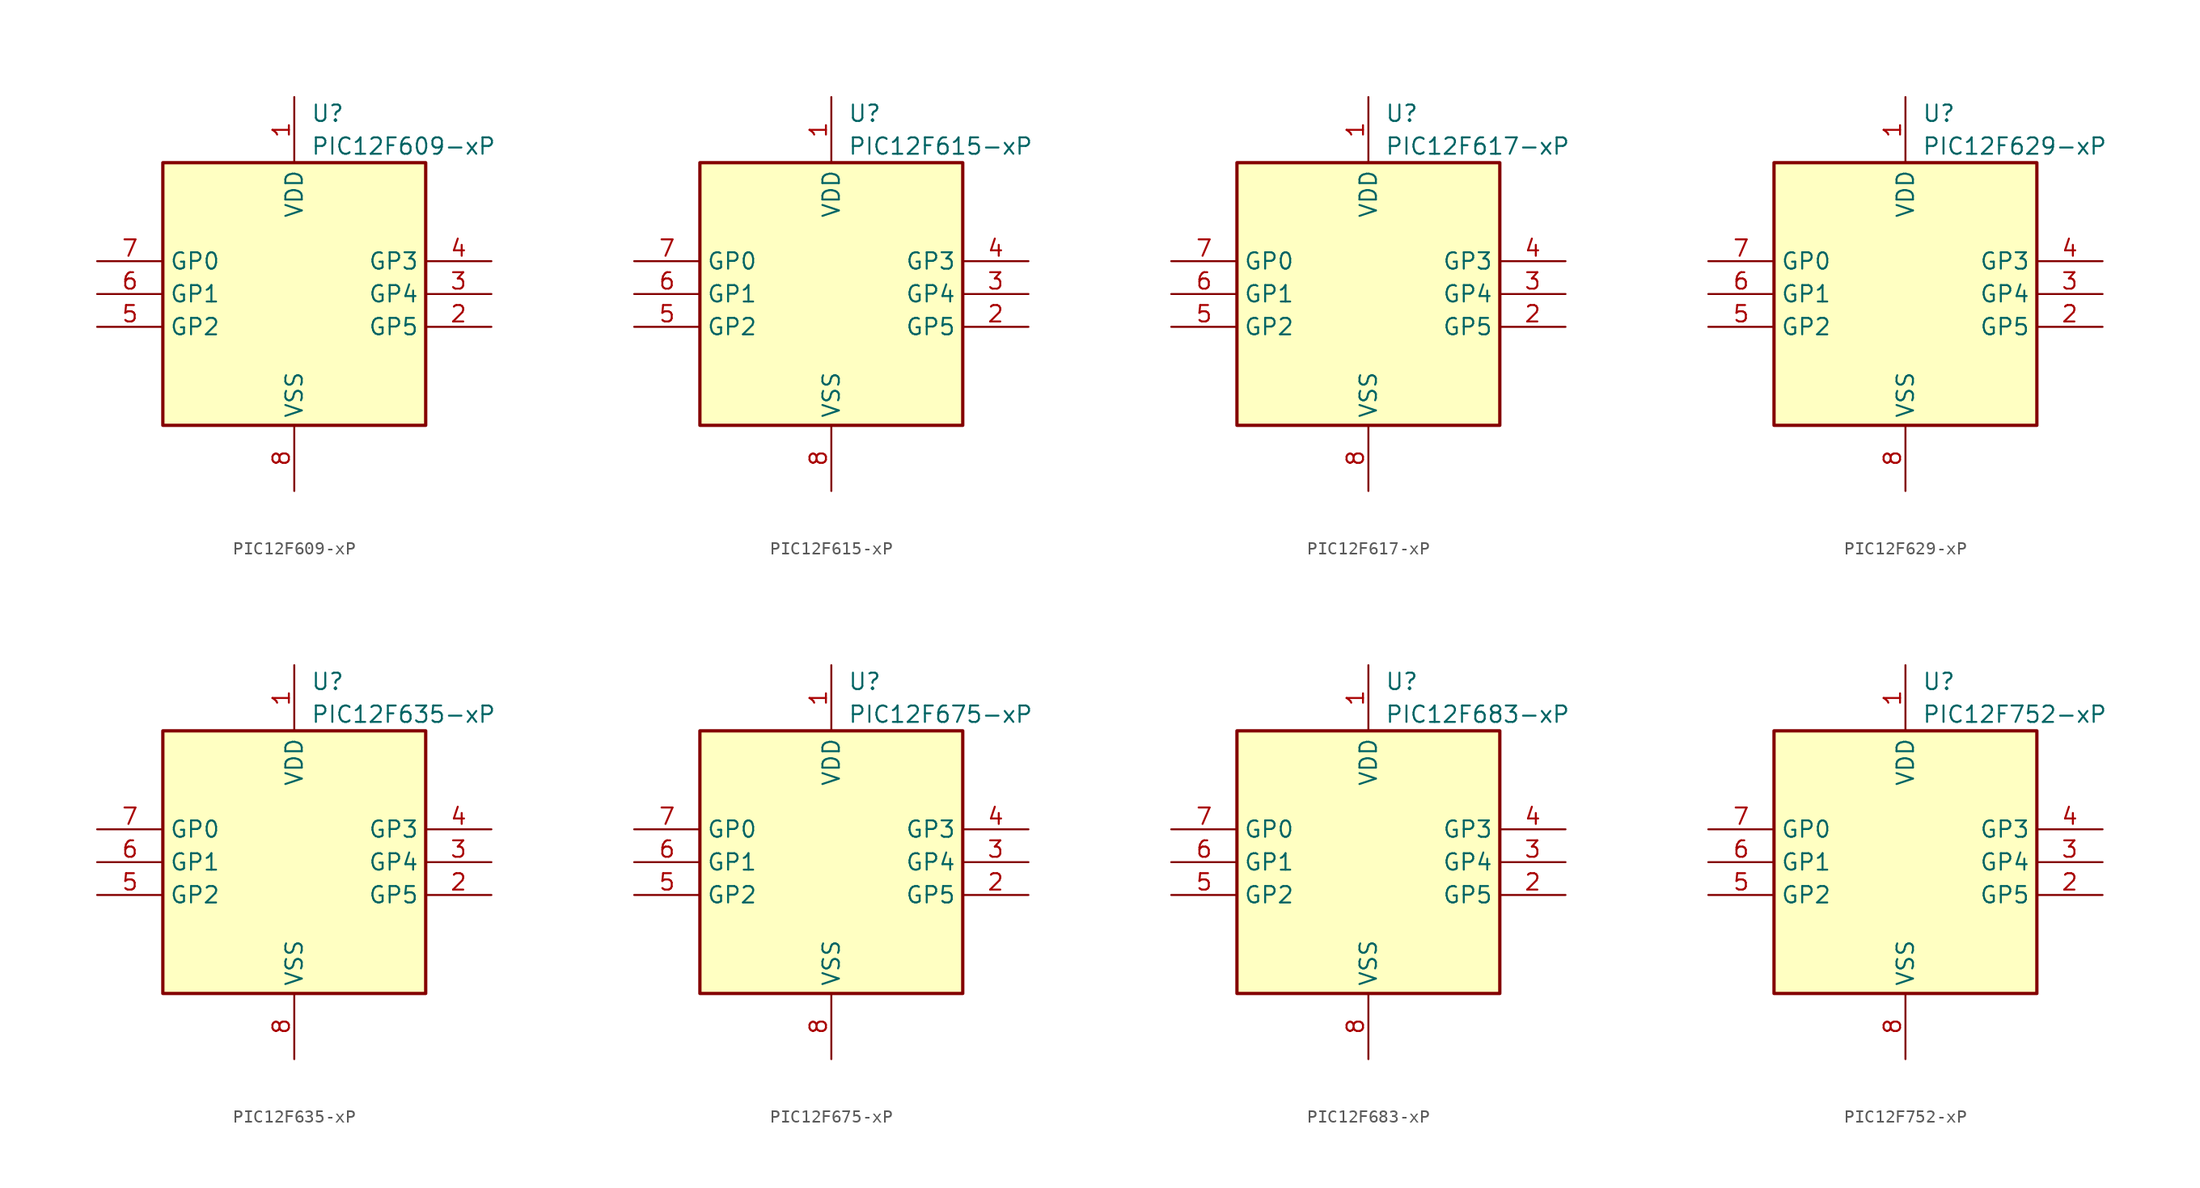
<source format=kicad_sym>
(kicad_symbol_lib
  (version 20241209)
  (generator "kicad_symbol_editor")
  (generator_version "9.0")
  (symbol "PIC12F609-xP"
    (property "Reference" "U"
      (at 1.27 13.97 0)
      (effects (font (size 1.27 1.27)) (justify left)))
    (property "Value" "PIC12F609-xP"
      (at 1.27 11.43 0)
      (effects (font (size 1.27 1.27)) (justify left)))
    (symbol "PIC12F609-xP_0_1"
      (rectangle (start 10.16 -10.16) (end -10.16 10.16) (stroke (width 0.254) (type default)) (fill (type background))))
    (symbol "PIC12F609-xP_1_1"
      (pin bidirectional line (at -15.24 2.54 0) (length 5.08) (name "GP0" (effects (font (size 1.27 1.27)))) (number "7" (effects (font (size 1.27 1.27)))))
      (pin bidirectional line (at -15.24 0 0) (length 5.08) (name "GP1" (effects (font (size 1.27 1.27)))) (number "6" (effects (font (size 1.27 1.27)))))
      (pin bidirectional line (at -15.24 -2.54 0) (length 5.08) (name "GP2" (effects (font (size 1.27 1.27)))) (number "5" (effects (font (size 1.27 1.27)))))
      (pin power_in line (at 0 15.24 270) (length 5.08) (name "VDD" (effects (font (size 1.27 1.27)))) (number "1" (effects (font (size 1.27 1.27)))))
      (pin power_in line (at 0 -15.24 90) (length 5.08) (name "VSS" (effects (font (size 1.27 1.27)))) (number "8" (effects (font (size 1.27 1.27)))))
      (pin input line (at 15.24 2.54 180) (length 5.08) (name "GP3" (effects (font (size 1.27 1.27)))) (number "4" (effects (font (size 1.27 1.27)))))
      (pin bidirectional line (at 15.24 0 180) (length 5.08) (name "GP4" (effects (font (size 1.27 1.27)))) (number "3" (effects (font (size 1.27 1.27)))))
      (pin bidirectional line (at 15.24 -2.54 180) (length 5.08) (name "GP5" (effects (font (size 1.27 1.27)))) (number "2" (effects (font (size 1.27 1.27)))))))
  (symbol "PIC12F615-xP"
    (property "Reference" "U"
      (at 1.27 13.97 0)
      (effects (font (size 1.27 1.27)) (justify left)))
    (property "Value" "PIC12F615-xP"
      (at 1.27 11.43 0)
      (effects (font (size 1.27 1.27)) (justify left)))
    (symbol "PIC12F615-xP_0_1"
      (rectangle (start 10.16 -10.16) (end -10.16 10.16) (stroke (width 0.254) (type default)) (fill (type background))))
    (symbol "PIC12F615-xP_1_1"
      (pin bidirectional line (at -15.24 2.54 0) (length 5.08) (name "GP0" (effects (font (size 1.27 1.27)))) (number "7" (effects (font (size 1.27 1.27)))))
      (pin bidirectional line (at -15.24 0 0) (length 5.08) (name "GP1" (effects (font (size 1.27 1.27)))) (number "6" (effects (font (size 1.27 1.27)))))
      (pin bidirectional line (at -15.24 -2.54 0) (length 5.08) (name "GP2" (effects (font (size 1.27 1.27)))) (number "5" (effects (font (size 1.27 1.27)))))
      (pin power_in line (at 0 15.24 270) (length 5.08) (name "VDD" (effects (font (size 1.27 1.27)))) (number "1" (effects (font (size 1.27 1.27)))))
      (pin power_in line (at 0 -15.24 90) (length 5.08) (name "VSS" (effects (font (size 1.27 1.27)))) (number "8" (effects (font (size 1.27 1.27)))))
      (pin input line (at 15.24 2.54 180) (length 5.08) (name "GP3" (effects (font (size 1.27 1.27)))) (number "4" (effects (font (size 1.27 1.27)))))
      (pin bidirectional line (at 15.24 0 180) (length 5.08) (name "GP4" (effects (font (size 1.27 1.27)))) (number "3" (effects (font (size 1.27 1.27)))))
      (pin bidirectional line (at 15.24 -2.54 180) (length 5.08) (name "GP5" (effects (font (size 1.27 1.27)))) (number "2" (effects (font (size 1.27 1.27)))))))
  (symbol "PIC12F617-xP"
    (property "Reference" "U"
      (at 1.27 13.97 0)
      (effects (font (size 1.27 1.27)) (justify left)))
    (property "Value" "PIC12F617-xP"
      (at 1.27 11.43 0)
      (effects (font (size 1.27 1.27)) (justify left)))
    (symbol "PIC12F617-xP_0_1"
      (rectangle (start 10.16 -10.16) (end -10.16 10.16) (stroke (width 0.254) (type default)) (fill (type background))))
    (symbol "PIC12F617-xP_1_1"
      (pin bidirectional line (at -15.24 2.54 0) (length 5.08) (name "GP0" (effects (font (size 1.27 1.27)))) (number "7" (effects (font (size 1.27 1.27)))))
      (pin bidirectional line (at -15.24 0 0) (length 5.08) (name "GP1" (effects (font (size 1.27 1.27)))) (number "6" (effects (font (size 1.27 1.27)))))
      (pin bidirectional line (at -15.24 -2.54 0) (length 5.08) (name "GP2" (effects (font (size 1.27 1.27)))) (number "5" (effects (font (size 1.27 1.27)))))
      (pin power_in line (at 0 15.24 270) (length 5.08) (name "VDD" (effects (font (size 1.27 1.27)))) (number "1" (effects (font (size 1.27 1.27)))))
      (pin power_in line (at 0 -15.24 90) (length 5.08) (name "VSS" (effects (font (size 1.27 1.27)))) (number "8" (effects (font (size 1.27 1.27)))))
      (pin input line (at 15.24 2.54 180) (length 5.08) (name "GP3" (effects (font (size 1.27 1.27)))) (number "4" (effects (font (size 1.27 1.27)))))
      (pin bidirectional line (at 15.24 0 180) (length 5.08) (name "GP4" (effects (font (size 1.27 1.27)))) (number "3" (effects (font (size 1.27 1.27)))))
      (pin bidirectional line (at 15.24 -2.54 180) (length 5.08) (name "GP5" (effects (font (size 1.27 1.27)))) (number "2" (effects (font (size 1.27 1.27)))))))
  (symbol "PIC12F629-xP"
    (property "Reference" "U"
      (at 1.27 13.97 0)
      (effects (font (size 1.27 1.27)) (justify left)))
    (property "Value" "PIC12F629-xP"
      (at 1.27 11.43 0)
      (effects (font (size 1.27 1.27)) (justify left)))
    (symbol "PIC12F629-xP_0_1"
      (rectangle (start 10.16 -10.16) (end -10.16 10.16) (stroke (width 0.254) (type default)) (fill (type background))))
    (symbol "PIC12F629-xP_1_1"
      (pin bidirectional line (at -15.24 2.54 0) (length 5.08) (name "GP0" (effects (font (size 1.27 1.27)))) (number "7" (effects (font (size 1.27 1.27)))))
      (pin bidirectional line (at -15.24 0 0) (length 5.08) (name "GP1" (effects (font (size 1.27 1.27)))) (number "6" (effects (font (size 1.27 1.27)))))
      (pin bidirectional line (at -15.24 -2.54 0) (length 5.08) (name "GP2" (effects (font (size 1.27 1.27)))) (number "5" (effects (font (size 1.27 1.27)))))
      (pin power_in line (at 0 15.24 270) (length 5.08) (name "VDD" (effects (font (size 1.27 1.27)))) (number "1" (effects (font (size 1.27 1.27)))))
      (pin power_in line (at 0 -15.24 90) (length 5.08) (name "VSS" (effects (font (size 1.27 1.27)))) (number "8" (effects (font (size 1.27 1.27)))))
      (pin input line (at 15.24 2.54 180) (length 5.08) (name "GP3" (effects (font (size 1.27 1.27)))) (number "4" (effects (font (size 1.27 1.27)))))
      (pin bidirectional line (at 15.24 0 180) (length 5.08) (name "GP4" (effects (font (size 1.27 1.27)))) (number "3" (effects (font (size 1.27 1.27)))))
      (pin bidirectional line (at 15.24 -2.54 180) (length 5.08) (name "GP5" (effects (font (size 1.27 1.27)))) (number "2" (effects (font (size 1.27 1.27)))))))
  (symbol "PIC12F635-xP"
    (property "Reference" "U"
      (at 1.27 13.97 0)
      (effects (font (size 1.27 1.27)) (justify left)))
    (property "Value" "PIC12F635-xP"
      (at 1.27 11.43 0)
      (effects (font (size 1.27 1.27)) (justify left)))
    (symbol "PIC12F635-xP_0_1"
      (rectangle (start 10.16 -10.16) (end -10.16 10.16) (stroke (width 0.254) (type default)) (fill (type background))))
    (symbol "PIC12F635-xP_1_1"
      (pin bidirectional line (at -15.24 2.54 0) (length 5.08) (name "GP0" (effects (font (size 1.27 1.27)))) (number "7" (effects (font (size 1.27 1.27)))))
      (pin bidirectional line (at -15.24 0 0) (length 5.08) (name "GP1" (effects (font (size 1.27 1.27)))) (number "6" (effects (font (size 1.27 1.27)))))
      (pin bidirectional line (at -15.24 -2.54 0) (length 5.08) (name "GP2" (effects (font (size 1.27 1.27)))) (number "5" (effects (font (size 1.27 1.27)))))
      (pin power_in line (at 0 15.24 270) (length 5.08) (name "VDD" (effects (font (size 1.27 1.27)))) (number "1" (effects (font (size 1.27 1.27)))))
      (pin power_in line (at 0 -15.24 90) (length 5.08) (name "VSS" (effects (font (size 1.27 1.27)))) (number "8" (effects (font (size 1.27 1.27)))))
      (pin input line (at 15.24 2.54 180) (length 5.08) (name "GP3" (effects (font (size 1.27 1.27)))) (number "4" (effects (font (size 1.27 1.27)))))
      (pin bidirectional line (at 15.24 0 180) (length 5.08) (name "GP4" (effects (font (size 1.27 1.27)))) (number "3" (effects (font (size 1.27 1.27)))))
      (pin bidirectional line (at 15.24 -2.54 180) (length 5.08) (name "GP5" (effects (font (size 1.27 1.27)))) (number "2" (effects (font (size 1.27 1.27)))))))
  (symbol "PIC12F675-xP"
    (property "Reference" "U"
      (at 1.27 13.97 0)
      (effects (font (size 1.27 1.27)) (justify left)))
    (property "Value" "PIC12F675-xP"
      (at 1.27 11.43 0)
      (effects (font (size 1.27 1.27)) (justify left)))
    (symbol "PIC12F675-xP_0_1"
      (rectangle (start 10.16 -10.16) (end -10.16 10.16) (stroke (width 0.254) (type default)) (fill (type background))))
    (symbol "PIC12F675-xP_1_1"
      (pin bidirectional line (at -15.24 2.54 0) (length 5.08) (name "GP0" (effects (font (size 1.27 1.27)))) (number "7" (effects (font (size 1.27 1.27)))))
      (pin bidirectional line (at -15.24 0 0) (length 5.08) (name "GP1" (effects (font (size 1.27 1.27)))) (number "6" (effects (font (size 1.27 1.27)))))
      (pin bidirectional line (at -15.24 -2.54 0) (length 5.08) (name "GP2" (effects (font (size 1.27 1.27)))) (number "5" (effects (font (size 1.27 1.27)))))
      (pin power_in line (at 0 15.24 270) (length 5.08) (name "VDD" (effects (font (size 1.27 1.27)))) (number "1" (effects (font (size 1.27 1.27)))))
      (pin power_in line (at 0 -15.24 90) (length 5.08) (name "VSS" (effects (font (size 1.27 1.27)))) (number "8" (effects (font (size 1.27 1.27)))))
      (pin input line (at 15.24 2.54 180) (length 5.08) (name "GP3" (effects (font (size 1.27 1.27)))) (number "4" (effects (font (size 1.27 1.27)))))
      (pin bidirectional line (at 15.24 0 180) (length 5.08) (name "GP4" (effects (font (size 1.27 1.27)))) (number "3" (effects (font (size 1.27 1.27)))))
      (pin bidirectional line (at 15.24 -2.54 180) (length 5.08) (name "GP5" (effects (font (size 1.27 1.27)))) (number "2" (effects (font (size 1.27 1.27)))))))
  (symbol "PIC12F683-xP"
    (property "Reference" "U"
      (at 1.27 13.97 0)
      (effects (font (size 1.27 1.27)) (justify left)))
    (property "Value" "PIC12F683-xP"
      (at 1.27 11.43 0)
      (effects (font (size 1.27 1.27)) (justify left)))
    (symbol "PIC12F683-xP_0_1"
      (rectangle (start 10.16 -10.16) (end -10.16 10.16) (stroke (width 0.254) (type default)) (fill (type background))))
    (symbol "PIC12F683-xP_1_1"
      (pin bidirectional line (at -15.24 2.54 0) (length 5.08) (name "GP0" (effects (font (size 1.27 1.27)))) (number "7" (effects (font (size 1.27 1.27)))))
      (pin bidirectional line (at -15.24 0 0) (length 5.08) (name "GP1" (effects (font (size 1.27 1.27)))) (number "6" (effects (font (size 1.27 1.27)))))
      (pin bidirectional line (at -15.24 -2.54 0) (length 5.08) (name "GP2" (effects (font (size 1.27 1.27)))) (number "5" (effects (font (size 1.27 1.27)))))
      (pin power_in line (at 0 15.24 270) (length 5.08) (name "VDD" (effects (font (size 1.27 1.27)))) (number "1" (effects (font (size 1.27 1.27)))))
      (pin power_in line (at 0 -15.24 90) (length 5.08) (name "VSS" (effects (font (size 1.27 1.27)))) (number "8" (effects (font (size 1.27 1.27)))))
      (pin input line (at 15.24 2.54 180) (length 5.08) (name "GP3" (effects (font (size 1.27 1.27)))) (number "4" (effects (font (size 1.27 1.27)))))
      (pin bidirectional line (at 15.24 0 180) (length 5.08) (name "GP4" (effects (font (size 1.27 1.27)))) (number "3" (effects (font (size 1.27 1.27)))))
      (pin bidirectional line (at 15.24 -2.54 180) (length 5.08) (name "GP5" (effects (font (size 1.27 1.27)))) (number "2" (effects (font (size 1.27 1.27)))))))
  (symbol "PIC12F752-xP"
    (property "Reference" "U"
      (at 1.27 13.97 0)
      (effects (font (size 1.27 1.27)) (justify left)))
    (property "Value" "PIC12F752-xP"
      (at 1.27 11.43 0)
      (effects (font (size 1.27 1.27)) (justify left)))
    (symbol "PIC12F752-xP_0_1"
      (rectangle (start 10.16 -10.16) (end -10.16 10.16) (stroke (width 0.254) (type default)) (fill (type background))))
    (symbol "PIC12F752-xP_1_1"
      (pin bidirectional line (at -15.24 2.54 0) (length 5.08) (name "GP0" (effects (font (size 1.27 1.27)))) (number "7" (effects (font (size 1.27 1.27)))))
      (pin bidirectional line (at -15.24 0 0) (length 5.08) (name "GP1" (effects (font (size 1.27 1.27)))) (number "6" (effects (font (size 1.27 1.27)))))
      (pin bidirectional line (at -15.24 -2.54 0) (length 5.08) (name "GP2" (effects (font (size 1.27 1.27)))) (number "5" (effects (font (size 1.27 1.27)))))
      (pin power_in line (at 0 15.24 270) (length 5.08) (name "VDD" (effects (font (size 1.27 1.27)))) (number "1" (effects (font (size 1.27 1.27)))))
      (pin power_in line (at 0 -15.24 90) (length 5.08) (name "VSS" (effects (font (size 1.27 1.27)))) (number "8" (effects (font (size 1.27 1.27)))))
      (pin input line (at 15.24 2.54 180) (length 5.08) (name "GP3" (effects (font (size 1.27 1.27)))) (number "4" (effects (font (size 1.27 1.27)))))
      (pin bidirectional line (at 15.24 0 180) (length 5.08) (name "GP4" (effects (font (size 1.27 1.27)))) (number "3" (effects (font (size 1.27 1.27)))))
      (pin bidirectional line (at 15.24 -2.54 180) (length 5.08) (name "GP5" (effects (font (size 1.27 1.27)))) (number "2" (effects (font (size 1.27 1.27))))))))
</source>
